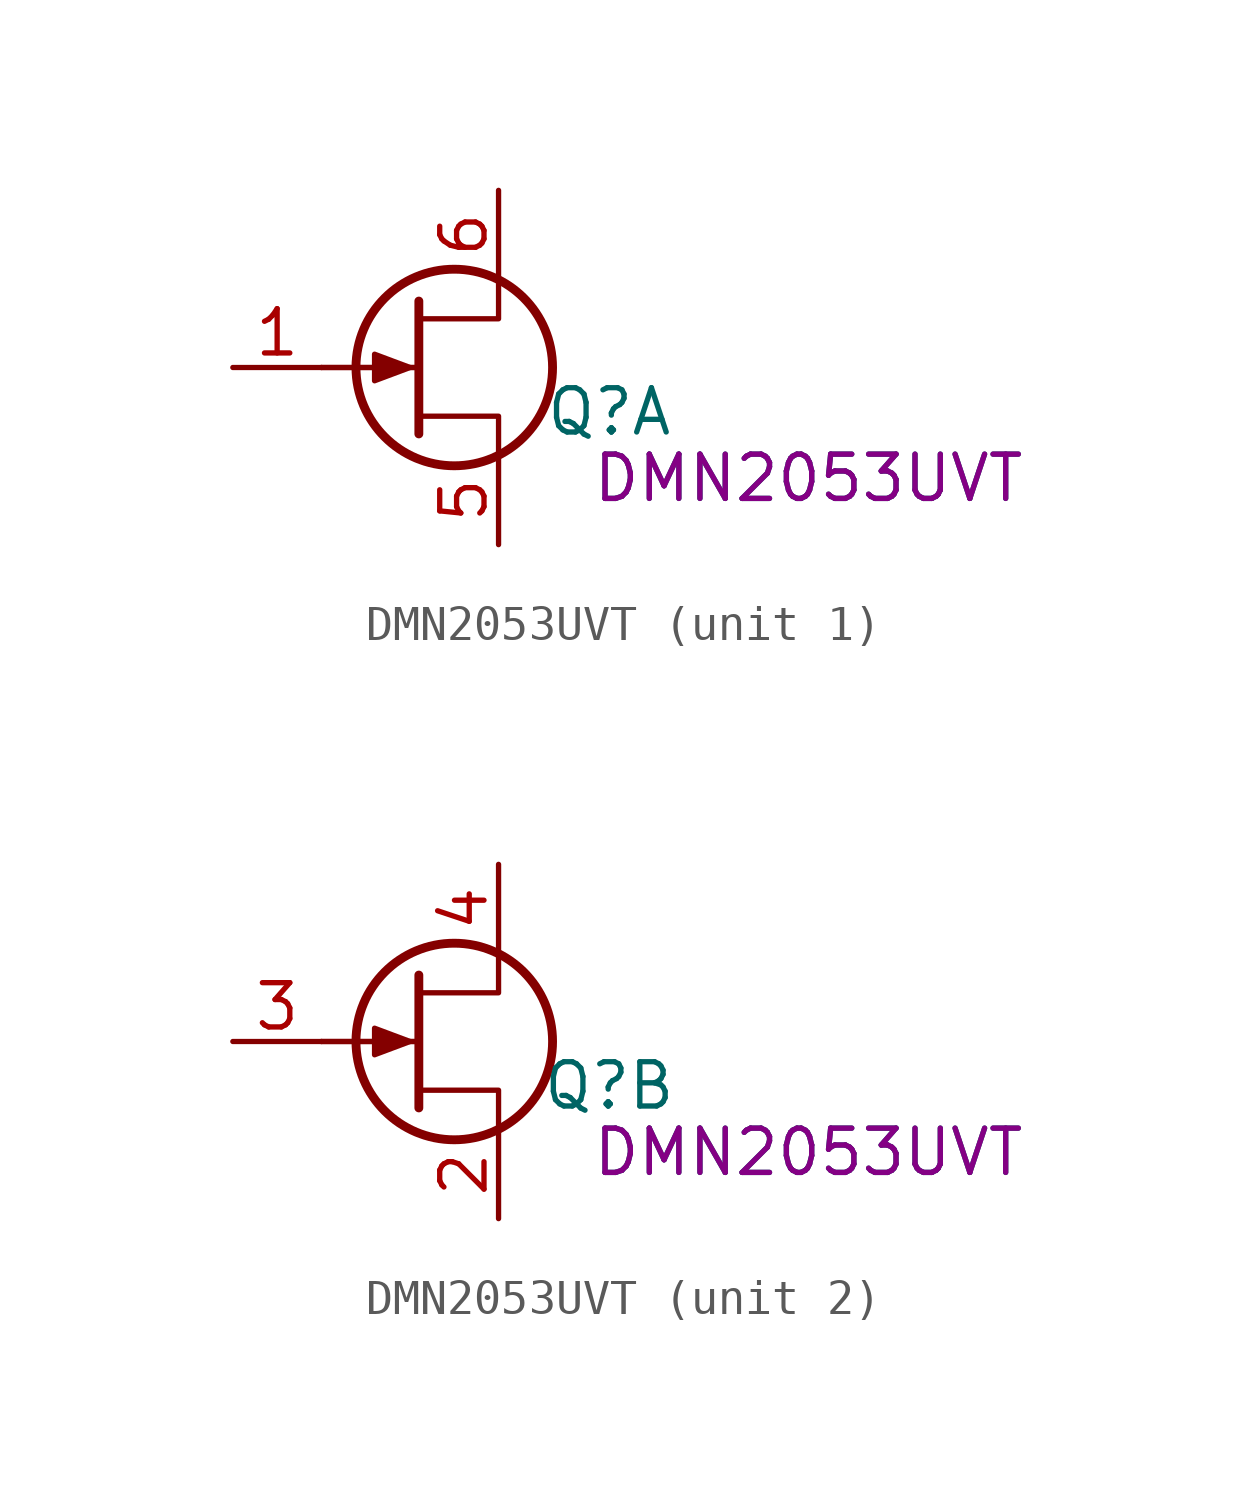
<source format=kicad_sym>
(kicad_symbol_lib
  (version 20220914)
  (generator kicad_symbol_editor)
  (symbol "DMN2053UVT"
    (pin_names hide)
    (property "Reference" "Q"
      (at 4.445 -1.27 0)
      (effects (font (size 1.27 1.27))))
    (property "Value" "DMN2053UVT"
      (at 10.16 -3.175 0)
      (effects (font (size 1.27 1.27))))
    (property "Part number" "DMN2053UVT"
      (at 10.16 -3.175 0)
      (effects (font (size 1.27 1.27))))
    (symbol "DMN2053UVT_0_1"
      (polyline (pts (xy -1.016 0) (xy -3.81 0)) (stroke (width 0) (type default)) (fill (type none)))
      (polyline (pts (xy -1.016 0) (xy -3.81 0)) (stroke (width 0) (type default)) (fill (type none)))
      (polyline (pts (xy -1.016 1.905) (xy -1.016 -1.905)) (stroke (width 0.254) (type default)) (fill (type none)))
      (polyline (pts (xy 1.27 -2.54) (xy 1.27 -1.397) (xy -1.016 -1.397)) (stroke (width 0) (type default)) (fill (type none)))
      (polyline (pts (xy 1.27 2.54) (xy 1.27 1.397) (xy -1.016 1.397)) (stroke (width 0) (type default)) (fill (type none)))
      (polyline (pts (xy -1.27 0) (xy -2.286 0.381) (xy -2.286 -0.381) (xy -1.27 0)) (stroke (width 0) (type default)) (fill (type outline)))
      (circle (center 0 0) (radius 2.819) (stroke (width 0.254) (type default)) (fill (type none))))
    (symbol "DMN2053UVT_1_1"
      (pin input line (at -6.35 0 0) (length 2.54) (name "G2" (effects (font (size 1.27 1.27)))) (number "1" (effects (font (size 1.27 1.27)))))
      (pin passive line (at 1.27 -5.08 90) (length 2.54) (name "S2" (effects (font (size 1.27 1.27)))) (number "5" (effects (font (size 1.27 1.27)))))
      (pin passive line (at 1.27 5.08 270) (length 2.54) (name "D2" (effects (font (size 1.27 1.27)))) (number "6" (effects (font (size 1.27 1.27))))))
    (symbol "DMN2053UVT_2_1"
      (pin passive line (at 1.27 -5.08 90) (length 2.54) (name "S2" (effects (font (size 1.27 1.27)))) (number "2" (effects (font (size 1.27 1.27)))))
      (pin input line (at -6.35 0 0) (length 2.54) (name "G2" (effects (font (size 1.27 1.27)))) (number "3" (effects (font (size 1.27 1.27)))))
      (pin passive line (at 1.27 5.08 270) (length 2.54) (name "D2" (effects (font (size 1.27 1.27)))) (number "4" (effects (font (size 1.27 1.27))))))))
</source>
